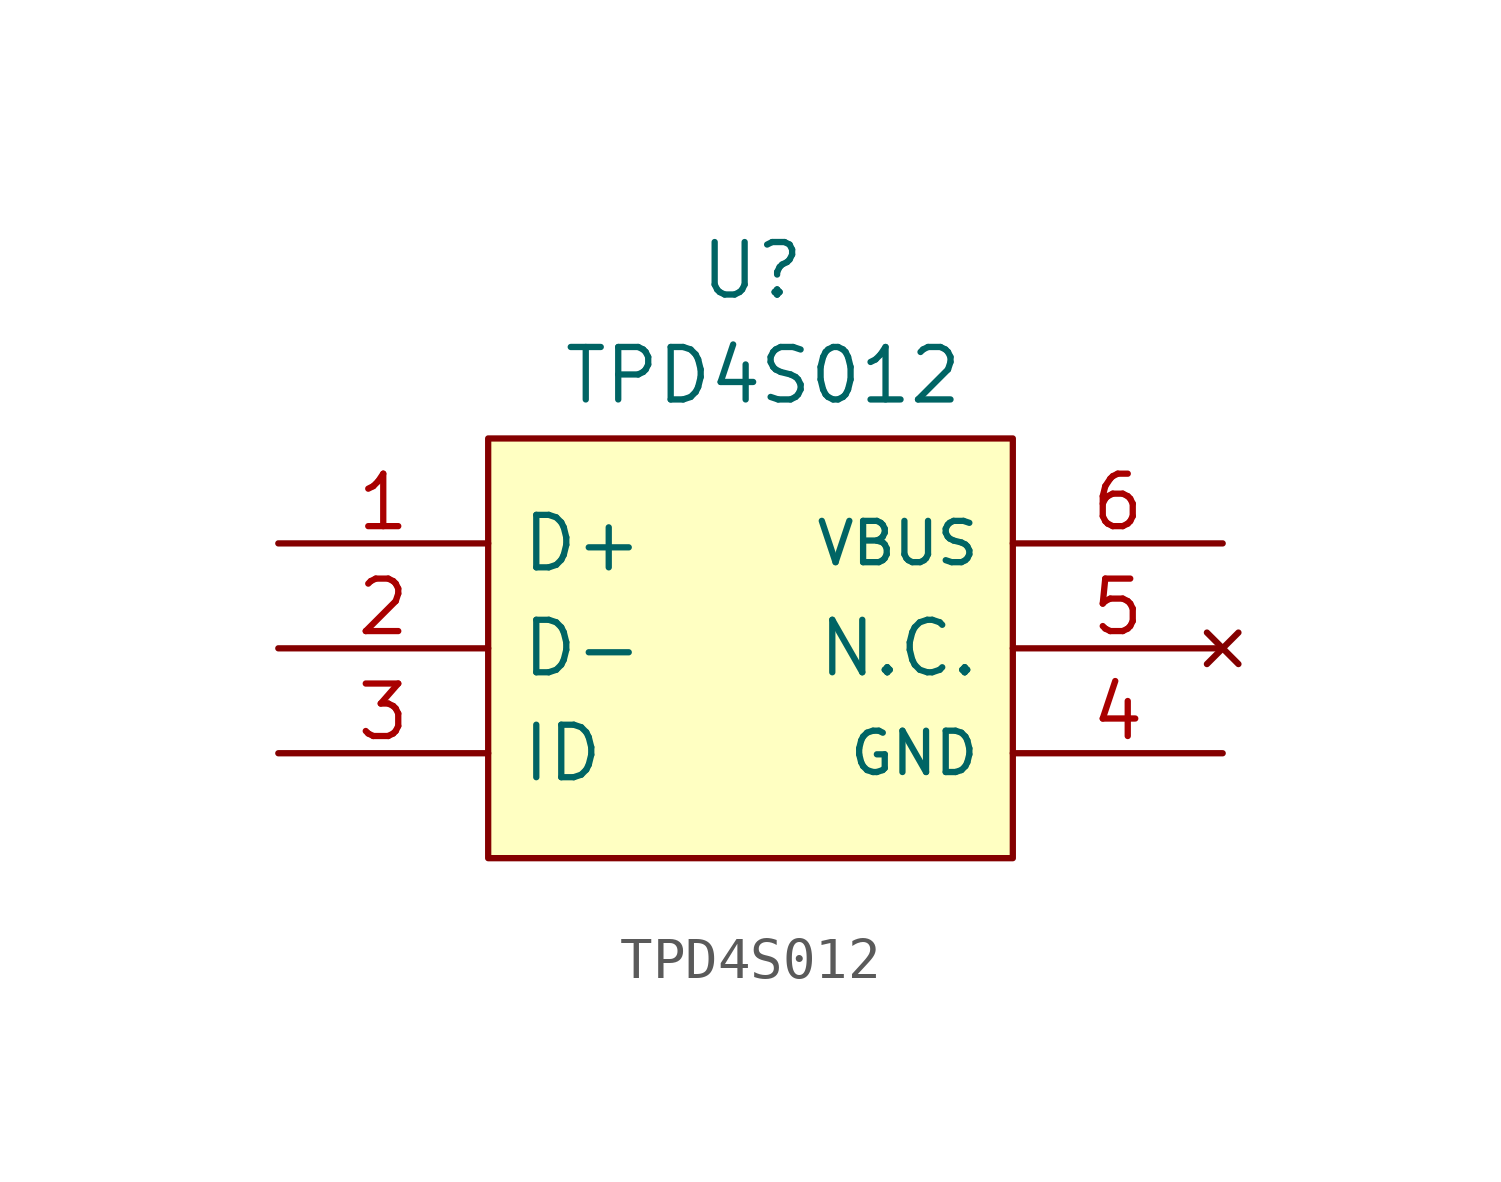
<source format=kicad_sym>
(kicad_symbol_lib
  (version 20241209)
  (generator "kicad_symbol_editor")
  (generator_version "9.0")
  (symbol "TPD4S012"
    (pin_names
      (offset 0.762))
    (property "Reference" "U"
      (at 10.16 6.604 0)
      (effects (font (size 1.27 1.27)) (justify left)))
    (property "Value" "TPD4S012"
      (at 6.858 4.064 0)
      (effects (font (size 1.27 1.27)) (justify left)))
    (symbol "TPD4S012_0_0"
      (pin passive line (at 0 0 0) (length 5.08) (name "D+" (effects (font (size 1.27 1.27)))) (number "1" (effects (font (size 1.27 1.27)))))
      (pin passive line (at 0 -2.54 0) (length 5.08) (name "D-" (effects (font (size 1.27 1.27)))) (number "2" (effects (font (size 1.27 1.27)))))
      (pin passive line (at 0 -5.08 0) (length 5.08) (name "ID" (effects (font (size 1.27 1.27)))) (number "3" (effects (font (size 1.27 1.27)))))
      (pin passive line (at 22.86 0 180) (length 5.08) (name "VBUS" (effects (font (size 1 1)))) (number "6" (effects (font (size 1.27 1.27)))))
      (pin no_connect line (at 22.86 -2.54 180) (length 5.08) (name "N.C." (effects (font (size 1.27 1.27)))) (number "5" (effects (font (size 1.27 1.27)))))
      (pin passive line (at 22.86 -5.08 180) (length 5.08) (name "GND" (effects (font (size 1 1)))) (number "4" (effects (font (size 1.27 1.27))))))
    (symbol "TPD4S012_0_1"
      (polyline (pts (xy 5.08 2.54) (xy 17.78 2.54) (xy 17.78 -7.62) (xy 5.08 -7.62) (xy 5.08 2.54)) (stroke (width 0.152) (type default)) (fill (type background))))))
</source>
